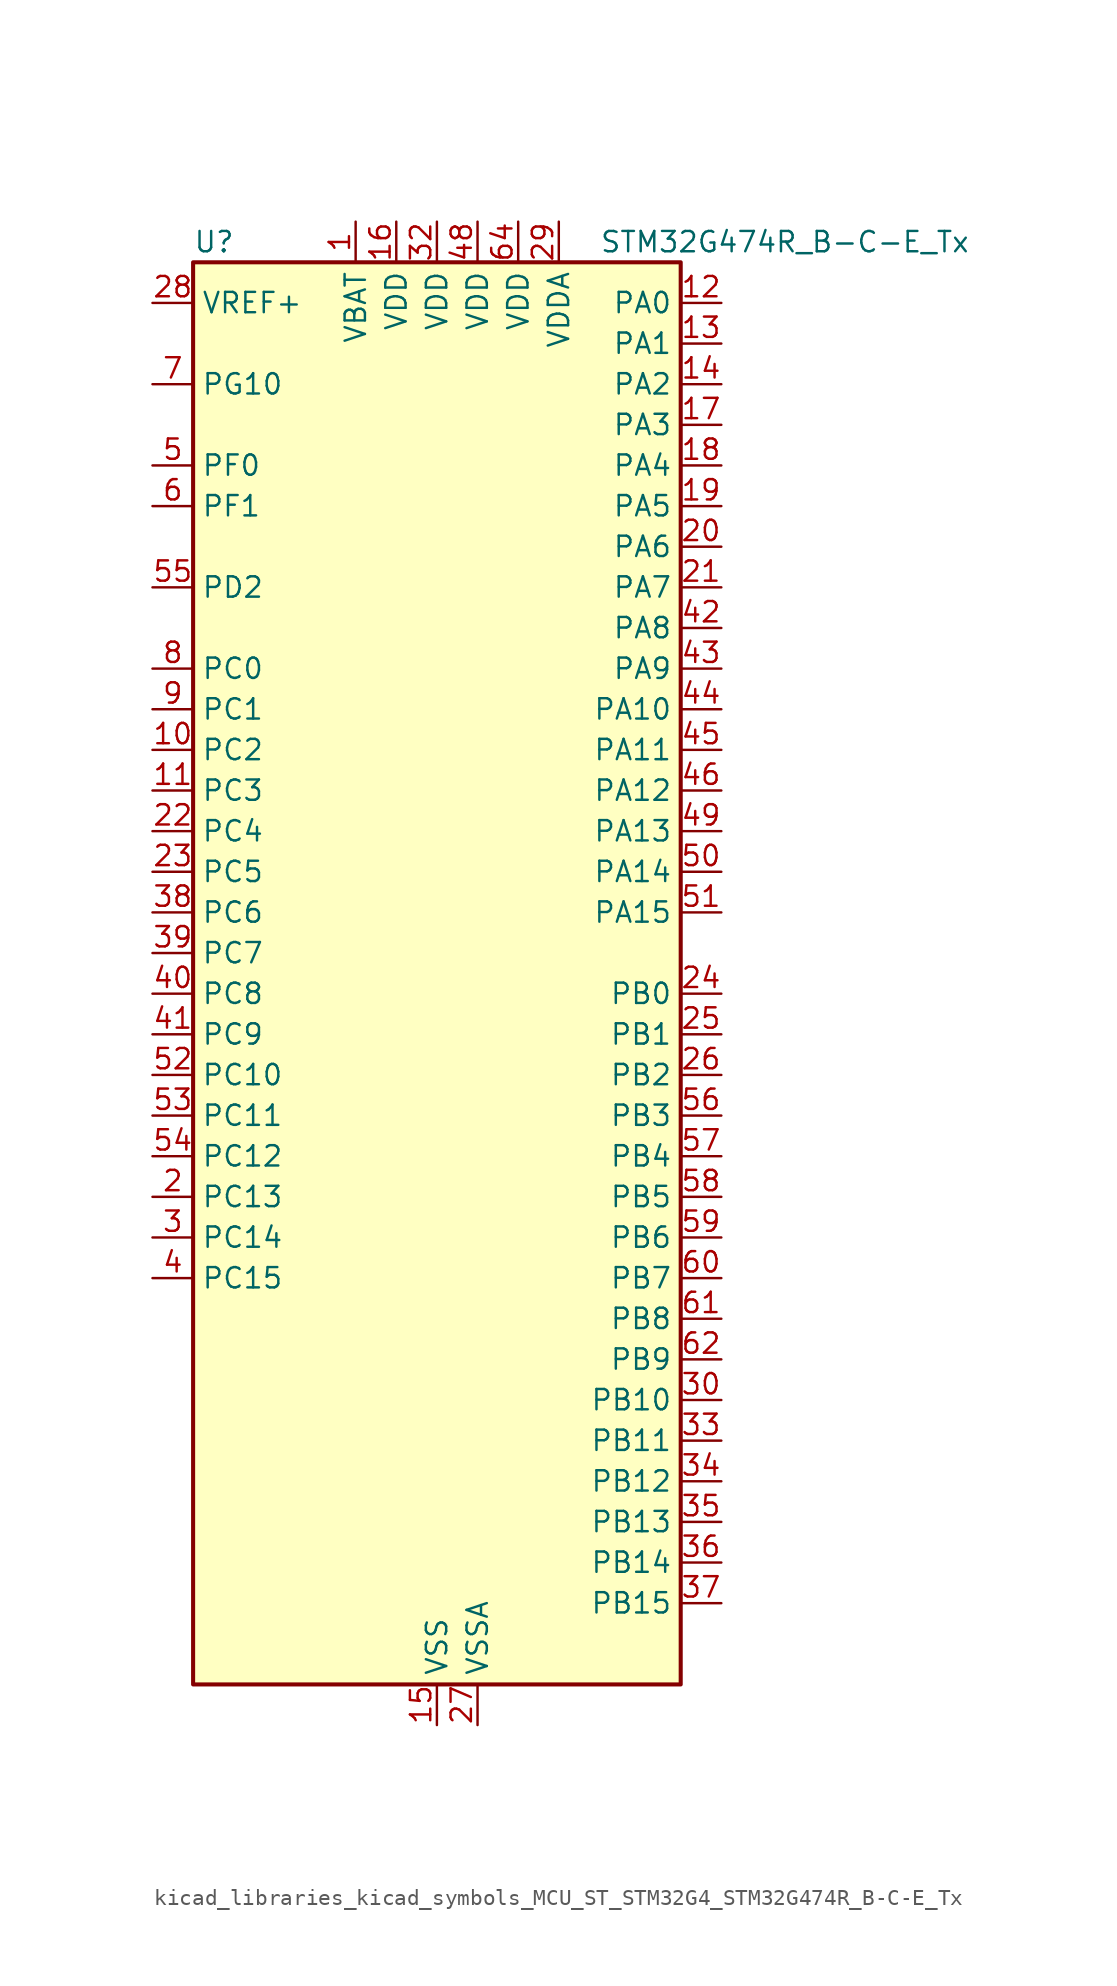
<source format=kicad_sym>
(kicad_symbol_lib
  (version 20220914)
  (generator kicad_symbol_editor)
  (symbol "kicad_libraries_kicad_symbols_MCU_ST_STM32G4_STM32G474R_B-C-E_Tx"
    (property "Reference" "U"
      (at -15.24 46.99 0)
      (effects (font (size 1.27 1.27)) (justify left)))
    (property "Value" "STM32G474R_B-C-E_Tx"
      (at 10.16 46.99 0)
      (effects (font (size 1.27 1.27)) (justify left)))
    (property "ki_locked" ""
      (at 0 0 0)
      (effects (font (size 1.27 1.27))))
    (symbol "kicad_libraries_kicad_symbols_MCU_ST_STM32G4_STM32G474R_B-C-E_Tx_0_1"
      (rectangle (start -15.24 -43.18) (end 15.24 45.72) (stroke (width 0.254) (type default)) (fill (type background))))
    (symbol "kicad_libraries_kicad_symbols_MCU_ST_STM32G4_STM32G474R_B-C-E_Tx_1_1"
      (pin power_in line (at -5.08 48.26 270) (length 2.54) (name "VBAT" (effects (font (size 1.27 1.27)))) (number "1" (effects (font (size 1.27 1.27)))))
      (pin bidirectional line (at -17.78 15.24 0) (length 2.54) (name "PC2" (effects (font (size 1.27 1.27)))) (number "10" (effects (font (size 1.27 1.27)))) (alternate "ADC1_IN8" bidirectional line) (alternate "ADC2_IN8" bidirectional line) (alternate "ADC3_EXTI2" bidirectional line) (alternate "ADC4_EXTI2" bidirectional line) (alternate "ADC5_EXTI2" bidirectional line) (alternate "COMP3_OUT" bidirectional line) (alternate "LPTIM1_IN2" bidirectional line) (alternate "QUADSPI1_BK2_IO1" bidirectional line) (alternate "TIM1_CH3" bidirectional line) (alternate "TIM20_CH2" bidirectional line))
      (pin bidirectional line (at -17.78 12.7 0) (length 2.54) (name "PC3" (effects (font (size 1.27 1.27)))) (number "11" (effects (font (size 1.27 1.27)))) (alternate "ADC1_IN9" bidirectional line) (alternate "ADC2_IN9" bidirectional line) (alternate "ADC3_EXTI3" bidirectional line) (alternate "ADC4_EXTI3" bidirectional line) (alternate "ADC5_EXTI3" bidirectional line) (alternate "LPTIM1_ETR" bidirectional line) (alternate "OPAMP5_VINP" bidirectional line) (alternate "OPAMP5_VINP_SEC" bidirectional line) (alternate "QUADSPI1_BK2_IO2" bidirectional line) (alternate "SAI1_D1" bidirectional line) (alternate "SAI1_SD_A" bidirectional line) (alternate "TIM1_BKIN2" bidirectional line) (alternate "TIM1_CH4" bidirectional line))
      (pin bidirectional line (at 17.78 43.18 180) (length 2.54) (name "PA0" (effects (font (size 1.27 1.27)))) (number "12" (effects (font (size 1.27 1.27)))) (alternate "ADC1_IN1" bidirectional line) (alternate "ADC2_IN1" bidirectional line) (alternate "COMP1_INM" bidirectional line) (alternate "COMP1_OUT" bidirectional line) (alternate "COMP3_INP" bidirectional line) (alternate "RTC_TAMP2" bidirectional line) (alternate "SYS_WKUP1" bidirectional line) (alternate "TIM2_CH1" bidirectional line) (alternate "TIM2_ETR" bidirectional line) (alternate "TIM5_CH1" bidirectional line) (alternate "TIM8_BKIN" bidirectional line) (alternate "TIM8_ETR" bidirectional line) (alternate "USART2_CTS" bidirectional line) (alternate "USART2_NSS" bidirectional line))
      (pin bidirectional line (at 17.78 40.64 180) (length 2.54) (name "PA1" (effects (font (size 1.27 1.27)))) (number "13" (effects (font (size 1.27 1.27)))) (alternate "ADC1_IN2" bidirectional line) (alternate "ADC2_IN2" bidirectional line) (alternate "COMP1_INP" bidirectional line) (alternate "OPAMP1_VINP" bidirectional line) (alternate "OPAMP1_VINP_SEC" bidirectional line) (alternate "OPAMP3_VINP" bidirectional line) (alternate "OPAMP3_VINP_SEC" bidirectional line) (alternate "OPAMP6_VINM" bidirectional line) (alternate "OPAMP6_VINM0" bidirectional line) (alternate "OPAMP6_VINM_SEC" bidirectional line) (alternate "RTC_REFIN" bidirectional line) (alternate "TIM15_CH1N" bidirectional line) (alternate "TIM2_CH2" bidirectional line) (alternate "TIM5_CH2" bidirectional line) (alternate "USART2_DE" bidirectional line) (alternate "USART2_RTS" bidirectional line))
      (pin bidirectional line (at 17.78 38.1 180) (length 2.54) (name "PA2" (effects (font (size 1.27 1.27)))) (number "14" (effects (font (size 1.27 1.27)))) (alternate "ADC1_IN3" bidirectional line) (alternate "ADC3_EXTI2" bidirectional line) (alternate "ADC4_EXTI2" bidirectional line) (alternate "ADC5_EXTI2" bidirectional line) (alternate "COMP2_INM" bidirectional line) (alternate "COMP2_OUT" bidirectional line) (alternate "LPUART1_TX" bidirectional line) (alternate "OPAMP1_VOUT" bidirectional line) (alternate "QUADSPI1_BK1_NCS" bidirectional line) (alternate "RCC_LSCO" bidirectional line) (alternate "SYS_WKUP4" bidirectional line) (alternate "TIM15_CH1" bidirectional line) (alternate "TIM2_CH3" bidirectional line) (alternate "TIM5_CH3" bidirectional line) (alternate "UCPD1_FRSTX1" bidirectional line) (alternate "UCPD1_FRSTX2" bidirectional line) (alternate "USART2_TX" bidirectional line))
      (pin power_in line (at 0 -45.72 90) (length 2.54) (name "VSS" (effects (font (size 1.27 1.27)))) (number "15" (effects (font (size 1.27 1.27)))))
      (pin power_in line (at -2.54 48.26 270) (length 2.54) (name "VDD" (effects (font (size 1.27 1.27)))) (number "16" (effects (font (size 1.27 1.27)))))
      (pin bidirectional line (at 17.78 35.56 180) (length 2.54) (name "PA3" (effects (font (size 1.27 1.27)))) (number "17" (effects (font (size 1.27 1.27)))) (alternate "ADC1_IN4" bidirectional line) (alternate "ADC3_EXTI3" bidirectional line) (alternate "ADC4_EXTI3" bidirectional line) (alternate "ADC5_EXTI3" bidirectional line) (alternate "COMP2_INP" bidirectional line) (alternate "LPUART1_RX" bidirectional line) (alternate "OPAMP1_VINM" bidirectional line) (alternate "OPAMP1_VINM0" bidirectional line) (alternate "OPAMP1_VINM_SEC" bidirectional line) (alternate "OPAMP1_VINP" bidirectional line) (alternate "OPAMP1_VINP_SEC" bidirectional line) (alternate "OPAMP5_VINM" bidirectional line) (alternate "OPAMP5_VINM1" bidirectional line) (alternate "OPAMP5_VINM_SEC" bidirectional line) (alternate "QUADSPI1_CLK" bidirectional line) (alternate "SAI1_CK1" bidirectional line) (alternate "SAI1_MCLK_A" bidirectional line) (alternate "TIM15_CH2" bidirectional line) (alternate "TIM2_CH4" bidirectional line) (alternate "TIM5_CH4" bidirectional line) (alternate "USART2_RX" bidirectional line))
      (pin bidirectional line (at 17.78 33.02 180) (length 2.54) (name "PA4" (effects (font (size 1.27 1.27)))) (number "18" (effects (font (size 1.27 1.27)))) (alternate "ADC2_IN17" bidirectional line) (alternate "COMP1_INM" bidirectional line) (alternate "DAC1_OUT1" bidirectional line) (alternate "I2S3_WS" bidirectional line) (alternate "SAI1_FS_B" bidirectional line) (alternate "SPI1_NSS" bidirectional line) (alternate "SPI3_NSS" bidirectional line) (alternate "TIM3_CH2" bidirectional line) (alternate "USART2_CK" bidirectional line))
      (pin bidirectional line (at 17.78 30.48 180) (length 2.54) (name "PA5" (effects (font (size 1.27 1.27)))) (number "19" (effects (font (size 1.27 1.27)))) (alternate "ADC2_IN13" bidirectional line) (alternate "COMP2_INM" bidirectional line) (alternate "DAC1_OUT2" bidirectional line) (alternate "OPAMP2_VINM" bidirectional line) (alternate "OPAMP2_VINM0" bidirectional line) (alternate "OPAMP2_VINM_SEC" bidirectional line) (alternate "SPI1_SCK" bidirectional line) (alternate "TIM2_CH1" bidirectional line) (alternate "TIM2_ETR" bidirectional line) (alternate "UCPD1_FRSTX1" bidirectional line) (alternate "UCPD1_FRSTX2" bidirectional line))
      (pin bidirectional line (at -17.78 -12.7 0) (length 2.54) (name "PC13" (effects (font (size 1.27 1.27)))) (number "2" (effects (font (size 1.27 1.27)))) (alternate "RTC_OUT1" bidirectional line) (alternate "RTC_TAMP1" bidirectional line) (alternate "RTC_TS" bidirectional line) (alternate "SYS_WKUP2" bidirectional line) (alternate "TIM1_BKIN" bidirectional line) (alternate "TIM1_CH1N" bidirectional line) (alternate "TIM8_CH4N" bidirectional line))
      (pin bidirectional line (at 17.78 27.94 180) (length 2.54) (name "PA6" (effects (font (size 1.27 1.27)))) (number "20" (effects (font (size 1.27 1.27)))) (alternate "ADC2_IN3" bidirectional line) (alternate "COMP1_OUT" bidirectional line) (alternate "DAC2_OUT1" bidirectional line) (alternate "LPUART1_CTS" bidirectional line) (alternate "OPAMP2_VOUT" bidirectional line) (alternate "QUADSPI1_BK1_IO3" bidirectional line) (alternate "SPI1_MISO" bidirectional line) (alternate "TIM16_CH1" bidirectional line) (alternate "TIM1_BKIN" bidirectional line) (alternate "TIM3_CH1" bidirectional line) (alternate "TIM8_BKIN" bidirectional line))
      (pin bidirectional line (at 17.78 25.4 180) (length 2.54) (name "PA7" (effects (font (size 1.27 1.27)))) (number "21" (effects (font (size 1.27 1.27)))) (alternate "ADC2_IN4" bidirectional line) (alternate "COMP2_INP" bidirectional line) (alternate "COMP2_OUT" bidirectional line) (alternate "OPAMP1_VINP" bidirectional line) (alternate "OPAMP1_VINP_SEC" bidirectional line) (alternate "OPAMP2_VINP" bidirectional line) (alternate "OPAMP2_VINP_SEC" bidirectional line) (alternate "QUADSPI1_BK1_IO2" bidirectional line) (alternate "SPI1_MOSI" bidirectional line) (alternate "TIM17_CH1" bidirectional line) (alternate "TIM1_CH1N" bidirectional line) (alternate "TIM3_CH2" bidirectional line) (alternate "TIM8_CH1N" bidirectional line) (alternate "UCPD1_FRSTX1" bidirectional line) (alternate "UCPD1_FRSTX2" bidirectional line))
      (pin bidirectional line (at -17.78 10.16 0) (length 2.54) (name "PC4" (effects (font (size 1.27 1.27)))) (number "22" (effects (font (size 1.27 1.27)))) (alternate "ADC2_IN5" bidirectional line) (alternate "I2C2_SCL" bidirectional line) (alternate "QUADSPI1_BK2_IO3" bidirectional line) (alternate "TIM1_ETR" bidirectional line) (alternate "USART1_TX" bidirectional line))
      (pin bidirectional line (at -17.78 7.62 0) (length 2.54) (name "PC5" (effects (font (size 1.27 1.27)))) (number "23" (effects (font (size 1.27 1.27)))) (alternate "ADC2_IN11" bidirectional line) (alternate "HRTIM1_EEV10" bidirectional line) (alternate "OPAMP1_VINM" bidirectional line) (alternate "OPAMP1_VINM1" bidirectional line) (alternate "OPAMP1_VINM_SEC" bidirectional line) (alternate "OPAMP2_VINM" bidirectional line) (alternate "OPAMP2_VINM1" bidirectional line) (alternate "OPAMP2_VINM_SEC" bidirectional line) (alternate "SAI1_D3" bidirectional line) (alternate "SYS_WKUP5" bidirectional line) (alternate "TIM15_BKIN" bidirectional line) (alternate "TIM1_CH4N" bidirectional line) (alternate "USART1_RX" bidirectional line))
      (pin bidirectional line (at 17.78 0 180) (length 2.54) (name "PB0" (effects (font (size 1.27 1.27)))) (number "24" (effects (font (size 1.27 1.27)))) (alternate "ADC1_IN15" bidirectional line) (alternate "ADC3_IN12" bidirectional line) (alternate "COMP4_INP" bidirectional line) (alternate "HRTIM1_FLT5" bidirectional line) (alternate "OPAMP2_VINP" bidirectional line) (alternate "OPAMP2_VINP_SEC" bidirectional line) (alternate "OPAMP3_VINP" bidirectional line) (alternate "OPAMP3_VINP_SEC" bidirectional line) (alternate "QUADSPI1_BK1_IO1" bidirectional line) (alternate "TIM1_CH2N" bidirectional line) (alternate "TIM3_CH3" bidirectional line) (alternate "TIM8_CH2N" bidirectional line) (alternate "UCPD1_FRSTX1" bidirectional line) (alternate "UCPD1_FRSTX2" bidirectional line))
      (pin bidirectional line (at 17.78 -2.54 180) (length 2.54) (name "PB1" (effects (font (size 1.27 1.27)))) (number "25" (effects (font (size 1.27 1.27)))) (alternate "ADC1_IN12" bidirectional line) (alternate "ADC3_IN1" bidirectional line) (alternate "COMP1_INP" bidirectional line) (alternate "COMP4_OUT" bidirectional line) (alternate "HRTIM1_SCOUT" bidirectional line) (alternate "LPUART1_DE" bidirectional line) (alternate "LPUART1_RTS" bidirectional line) (alternate "OPAMP3_VOUT" bidirectional line) (alternate "OPAMP6_VINM" bidirectional line) (alternate "OPAMP6_VINM1" bidirectional line) (alternate "OPAMP6_VINM_SEC" bidirectional line) (alternate "QUADSPI1_BK1_IO0" bidirectional line) (alternate "TIM1_CH3N" bidirectional line) (alternate "TIM3_CH4" bidirectional line) (alternate "TIM8_CH3N" bidirectional line))
      (pin bidirectional line (at 17.78 -5.08 180) (length 2.54) (name "PB2" (effects (font (size 1.27 1.27)))) (number "26" (effects (font (size 1.27 1.27)))) (alternate "ADC2_IN12" bidirectional line) (alternate "ADC3_EXTI2" bidirectional line) (alternate "ADC4_EXTI2" bidirectional line) (alternate "ADC5_EXTI2" bidirectional line) (alternate "COMP4_INM" bidirectional line) (alternate "HRTIM1_SCIN" bidirectional line) (alternate "I2C3_SMBA" bidirectional line) (alternate "LPTIM1_OUT" bidirectional line) (alternate "OPAMP3_VINM" bidirectional line) (alternate "OPAMP3_VINM0" bidirectional line) (alternate "OPAMP3_VINM_SEC" bidirectional line) (alternate "QUADSPI1_BK2_IO1" bidirectional line) (alternate "RTC_OUT2" bidirectional line) (alternate "TIM20_CH1" bidirectional line) (alternate "TIM5_CH1" bidirectional line))
      (pin power_in line (at 2.54 -45.72 90) (length 2.54) (name "VSSA" (effects (font (size 1.27 1.27)))) (number "27" (effects (font (size 1.27 1.27)))))
      (pin input line (at -17.78 43.18 0) (length 2.54) (name "VREF+" (effects (font (size 1.27 1.27)))) (number "28" (effects (font (size 1.27 1.27)))) (alternate "VREFBUF_OUT" bidirectional line))
      (pin power_in line (at 7.62 48.26 270) (length 2.54) (name "VDDA" (effects (font (size 1.27 1.27)))) (number "29" (effects (font (size 1.27 1.27)))))
      (pin bidirectional line (at -17.78 -15.24 0) (length 2.54) (name "PC14" (effects (font (size 1.27 1.27)))) (number "3" (effects (font (size 1.27 1.27)))) (alternate "RCC_OSC32_IN" bidirectional line))
      (pin bidirectional line (at 17.78 -25.4 180) (length 2.54) (name "PB10" (effects (font (size 1.27 1.27)))) (number "30" (effects (font (size 1.27 1.27)))) (alternate "COMP5_INM" bidirectional line) (alternate "DAC1_EXTI10" bidirectional line) (alternate "DAC2_EXTI10" bidirectional line) (alternate "DAC3_EXTI10" bidirectional line) (alternate "DAC4_EXTI10" bidirectional line) (alternate "HRTIM1_FLT3" bidirectional line) (alternate "LPUART1_RX" bidirectional line) (alternate "OPAMP3_VINM" bidirectional line) (alternate "OPAMP3_VINM1" bidirectional line) (alternate "OPAMP3_VINM_SEC" bidirectional line) (alternate "OPAMP4_VINM" bidirectional line) (alternate "OPAMP4_VINM0" bidirectional line) (alternate "OPAMP4_VINM_SEC" bidirectional line) (alternate "QUADSPI1_CLK" bidirectional line) (alternate "SAI1_SCK_A" bidirectional line) (alternate "TIM1_BKIN" bidirectional line) (alternate "TIM2_CH3" bidirectional line) (alternate "USART3_TX" bidirectional line))
      (pin passive line (at 0 -45.72 90) (length 2.54) hide (name "VSS" (effects (font (size 1.27 1.27)))) (number "31" (effects (font (size 1.27 1.27)))))
      (pin power_in line (at 0 48.26 270) (length 2.54) (name "VDD" (effects (font (size 1.27 1.27)))) (number "32" (effects (font (size 1.27 1.27)))))
      (pin bidirectional line (at 17.78 -27.94 180) (length 2.54) (name "PB11" (effects (font (size 1.27 1.27)))) (number "33" (effects (font (size 1.27 1.27)))) (alternate "ADC1_EXTI11" bidirectional line) (alternate "ADC1_IN14" bidirectional line) (alternate "ADC2_EXTI11" bidirectional line) (alternate "ADC2_IN14" bidirectional line) (alternate "COMP6_INP" bidirectional line) (alternate "HRTIM1_FLT4" bidirectional line) (alternate "LPUART1_TX" bidirectional line) (alternate "OPAMP4_VINP" bidirectional line) (alternate "OPAMP4_VINP_SEC" bidirectional line) (alternate "OPAMP6_VOUT" bidirectional line) (alternate "QUADSPI1_BK1_NCS" bidirectional line) (alternate "TIM2_CH4" bidirectional line) (alternate "USART3_RX" bidirectional line))
      (pin bidirectional line (at 17.78 -30.48 180) (length 2.54) (name "PB12" (effects (font (size 1.27 1.27)))) (number "34" (effects (font (size 1.27 1.27)))) (alternate "ADC1_IN11" bidirectional line) (alternate "ADC4_IN3" bidirectional line) (alternate "COMP7_INM" bidirectional line) (alternate "FDCAN2_RX" bidirectional line) (alternate "HRTIM1_CHC1" bidirectional line) (alternate "I2C2_SMBA" bidirectional line) (alternate "I2S2_WS" bidirectional line) (alternate "LPUART1_DE" bidirectional line) (alternate "LPUART1_RTS" bidirectional line) (alternate "OPAMP4_VOUT" bidirectional line) (alternate "OPAMP6_VINP" bidirectional line) (alternate "OPAMP6_VINP_SEC" bidirectional line) (alternate "SPI2_NSS" bidirectional line) (alternate "TIM1_BKIN" bidirectional line) (alternate "TIM5_ETR" bidirectional line) (alternate "USART3_CK" bidirectional line))
      (pin bidirectional line (at 17.78 -33.02 180) (length 2.54) (name "PB13" (effects (font (size 1.27 1.27)))) (number "35" (effects (font (size 1.27 1.27)))) (alternate "ADC3_IN5" bidirectional line) (alternate "COMP5_INP" bidirectional line) (alternate "FDCAN2_TX" bidirectional line) (alternate "HRTIM1_CHC2" bidirectional line) (alternate "I2S2_CK" bidirectional line) (alternate "LPUART1_CTS" bidirectional line) (alternate "OPAMP3_VINP" bidirectional line) (alternate "OPAMP3_VINP_SEC" bidirectional line) (alternate "OPAMP4_VINP" bidirectional line) (alternate "OPAMP4_VINP_SEC" bidirectional line) (alternate "OPAMP6_VINP" bidirectional line) (alternate "OPAMP6_VINP_SEC" bidirectional line) (alternate "SPI2_SCK" bidirectional line) (alternate "TIM1_CH1N" bidirectional line) (alternate "USART3_CTS" bidirectional line) (alternate "USART3_NSS" bidirectional line))
      (pin bidirectional line (at 17.78 -35.56 180) (length 2.54) (name "PB14" (effects (font (size 1.27 1.27)))) (number "36" (effects (font (size 1.27 1.27)))) (alternate "ADC1_IN5" bidirectional line) (alternate "ADC4_IN4" bidirectional line) (alternate "COMP4_OUT" bidirectional line) (alternate "COMP7_INP" bidirectional line) (alternate "HRTIM1_CHD1" bidirectional line) (alternate "OPAMP2_VINP" bidirectional line) (alternate "OPAMP2_VINP_SEC" bidirectional line) (alternate "OPAMP5_VINP" bidirectional line) (alternate "OPAMP5_VINP_SEC" bidirectional line) (alternate "SPI2_MISO" bidirectional line) (alternate "TIM15_CH1" bidirectional line) (alternate "TIM1_CH2N" bidirectional line) (alternate "USART3_DE" bidirectional line) (alternate "USART3_RTS" bidirectional line))
      (pin bidirectional line (at 17.78 -38.1 180) (length 2.54) (name "PB15" (effects (font (size 1.27 1.27)))) (number "37" (effects (font (size 1.27 1.27)))) (alternate "ADC1_EXTI15" bidirectional line) (alternate "ADC2_EXTI15" bidirectional line) (alternate "ADC2_IN15" bidirectional line) (alternate "ADC4_IN5" bidirectional line) (alternate "COMP3_OUT" bidirectional line) (alternate "COMP6_INM" bidirectional line) (alternate "HRTIM1_CHD2" bidirectional line) (alternate "I2S2_SD" bidirectional line) (alternate "OPAMP5_VINM" bidirectional line) (alternate "OPAMP5_VINM0" bidirectional line) (alternate "OPAMP5_VINM_SEC" bidirectional line) (alternate "RTC_REFIN" bidirectional line) (alternate "SPI2_MOSI" bidirectional line) (alternate "TIM15_CH1N" bidirectional line) (alternate "TIM15_CH2" bidirectional line) (alternate "TIM1_CH3N" bidirectional line))
      (pin bidirectional line (at -17.78 5.08 0) (length 2.54) (name "PC6" (effects (font (size 1.27 1.27)))) (number "38" (effects (font (size 1.27 1.27)))) (alternate "COMP6_OUT" bidirectional line) (alternate "HRTIM1_CHF1" bidirectional line) (alternate "HRTIM1_EEV10" bidirectional line) (alternate "I2C4_SCL" bidirectional line) (alternate "I2S2_MCK" bidirectional line) (alternate "TIM3_CH1" bidirectional line) (alternate "TIM8_CH1" bidirectional line))
      (pin bidirectional line (at -17.78 2.54 0) (length 2.54) (name "PC7" (effects (font (size 1.27 1.27)))) (number "39" (effects (font (size 1.27 1.27)))) (alternate "COMP5_OUT" bidirectional line) (alternate "HRTIM1_CHF2" bidirectional line) (alternate "HRTIM1_FLT5" bidirectional line) (alternate "I2C4_SDA" bidirectional line) (alternate "I2S3_MCK" bidirectional line) (alternate "TIM3_CH2" bidirectional line) (alternate "TIM8_CH2" bidirectional line))
      (pin bidirectional line (at -17.78 -17.78 0) (length 2.54) (name "PC15" (effects (font (size 1.27 1.27)))) (number "4" (effects (font (size 1.27 1.27)))) (alternate "ADC1_EXTI15" bidirectional line) (alternate "ADC2_EXTI15" bidirectional line) (alternate "RCC_OSC32_OUT" bidirectional line))
      (pin bidirectional line (at -17.78 0 0) (length 2.54) (name "PC8" (effects (font (size 1.27 1.27)))) (number "40" (effects (font (size 1.27 1.27)))) (alternate "COMP7_OUT" bidirectional line) (alternate "HRTIM1_CHE1" bidirectional line) (alternate "I2C3_SCL" bidirectional line) (alternate "TIM20_CH3" bidirectional line) (alternate "TIM3_CH3" bidirectional line) (alternate "TIM8_CH3" bidirectional line))
      (pin bidirectional line (at -17.78 -2.54 0) (length 2.54) (name "PC9" (effects (font (size 1.27 1.27)))) (number "41" (effects (font (size 1.27 1.27)))) (alternate "DAC1_EXTI9" bidirectional line) (alternate "DAC2_EXTI9" bidirectional line) (alternate "DAC3_EXTI9" bidirectional line) (alternate "DAC4_EXTI9" bidirectional line) (alternate "HRTIM1_CHE2" bidirectional line) (alternate "I2C3_SDA" bidirectional line) (alternate "I2S_CKIN" bidirectional line) (alternate "TIM3_CH4" bidirectional line) (alternate "TIM8_BKIN2" bidirectional line) (alternate "TIM8_CH4" bidirectional line))
      (pin bidirectional line (at 17.78 22.86 180) (length 2.54) (name "PA8" (effects (font (size 1.27 1.27)))) (number "42" (effects (font (size 1.27 1.27)))) (alternate "ADC5_IN1" bidirectional line) (alternate "COMP7_OUT" bidirectional line) (alternate "FDCAN3_RX" bidirectional line) (alternate "HRTIM1_CHA1" bidirectional line) (alternate "I2C2_SDA" bidirectional line) (alternate "I2C3_SCL" bidirectional line) (alternate "I2S2_MCK" bidirectional line) (alternate "OPAMP5_VOUT" bidirectional line) (alternate "RCC_MCO" bidirectional line) (alternate "SAI1_CK2" bidirectional line) (alternate "SAI1_SCK_A" bidirectional line) (alternate "TIM1_CH1" bidirectional line) (alternate "TIM4_ETR" bidirectional line) (alternate "USART1_CK" bidirectional line))
      (pin bidirectional line (at 17.78 20.32 180) (length 2.54) (name "PA9" (effects (font (size 1.27 1.27)))) (number "43" (effects (font (size 1.27 1.27)))) (alternate "ADC5_IN2" bidirectional line) (alternate "COMP5_OUT" bidirectional line) (alternate "DAC1_EXTI9" bidirectional line) (alternate "DAC2_EXTI9" bidirectional line) (alternate "DAC3_EXTI9" bidirectional line) (alternate "DAC4_EXTI9" bidirectional line) (alternate "HRTIM1_CHA2" bidirectional line) (alternate "I2C2_SCL" bidirectional line) (alternate "I2C3_SMBA" bidirectional line) (alternate "I2S3_MCK" bidirectional line) (alternate "SAI1_FS_A" bidirectional line) (alternate "TIM15_BKIN" bidirectional line) (alternate "TIM1_CH2" bidirectional line) (alternate "TIM2_CH3" bidirectional line) (alternate "UCPD1_DBCC1" bidirectional line) (alternate "USART1_TX" bidirectional line))
      (pin bidirectional line (at 17.78 17.78 180) (length 2.54) (name "PA10" (effects (font (size 1.27 1.27)))) (number "44" (effects (font (size 1.27 1.27)))) (alternate "COMP6_OUT" bidirectional line) (alternate "CRS_SYNC" bidirectional line) (alternate "DAC1_EXTI10" bidirectional line) (alternate "DAC2_EXTI10" bidirectional line) (alternate "DAC3_EXTI10" bidirectional line) (alternate "DAC4_EXTI10" bidirectional line) (alternate "HRTIM1_CHB1" bidirectional line) (alternate "I2C2_SMBA" bidirectional line) (alternate "SAI1_D1" bidirectional line) (alternate "SAI1_SD_A" bidirectional line) (alternate "SPI2_MISO" bidirectional line) (alternate "TIM17_BKIN" bidirectional line) (alternate "TIM1_CH3" bidirectional line) (alternate "TIM2_CH4" bidirectional line) (alternate "TIM8_BKIN" bidirectional line) (alternate "UCPD1_DBCC2" bidirectional line) (alternate "USART1_RX" bidirectional line))
      (pin bidirectional line (at 17.78 15.24 180) (length 2.54) (name "PA11" (effects (font (size 1.27 1.27)))) (number "45" (effects (font (size 1.27 1.27)))) (alternate "ADC1_EXTI11" bidirectional line) (alternate "ADC2_EXTI11" bidirectional line) (alternate "COMP1_OUT" bidirectional line) (alternate "FDCAN1_RX" bidirectional line) (alternate "HRTIM1_CHB2" bidirectional line) (alternate "I2S2_SD" bidirectional line) (alternate "SPI2_MOSI" bidirectional line) (alternate "TIM1_BKIN2" bidirectional line) (alternate "TIM1_CH1N" bidirectional line) (alternate "TIM1_CH4" bidirectional line) (alternate "TIM4_CH1" bidirectional line) (alternate "USART1_CTS" bidirectional line) (alternate "USART1_NSS" bidirectional line) (alternate "USB_DM" bidirectional line))
      (pin bidirectional line (at 17.78 12.7 180) (length 2.54) (name "PA12" (effects (font (size 1.27 1.27)))) (number "46" (effects (font (size 1.27 1.27)))) (alternate "COMP2_OUT" bidirectional line) (alternate "FDCAN1_TX" bidirectional line) (alternate "HRTIM1_FLT1" bidirectional line) (alternate "I2S_CKIN" bidirectional line) (alternate "TIM16_CH1" bidirectional line) (alternate "TIM1_CH2N" bidirectional line) (alternate "TIM1_ETR" bidirectional line) (alternate "TIM4_CH2" bidirectional line) (alternate "USART1_DE" bidirectional line) (alternate "USART1_RTS" bidirectional line) (alternate "USB_DP" bidirectional line))
      (pin passive line (at 0 -45.72 90) (length 2.54) hide (name "VSS" (effects (font (size 1.27 1.27)))) (number "47" (effects (font (size 1.27 1.27)))))
      (pin power_in line (at 2.54 48.26 270) (length 2.54) (name "VDD" (effects (font (size 1.27 1.27)))) (number "48" (effects (font (size 1.27 1.27)))))
      (pin bidirectional line (at 17.78 10.16 180) (length 2.54) (name "PA13" (effects (font (size 1.27 1.27)))) (number "49" (effects (font (size 1.27 1.27)))) (alternate "I2C1_SCL" bidirectional line) (alternate "I2C4_SCL" bidirectional line) (alternate "IR_OUT" bidirectional line) (alternate "SAI1_SD_B" bidirectional line) (alternate "SYS_JTMS-SWDIO" bidirectional line) (alternate "TIM16_CH1N" bidirectional line) (alternate "TIM4_CH3" bidirectional line) (alternate "USART3_CTS" bidirectional line) (alternate "USART3_NSS" bidirectional line))
      (pin bidirectional line (at -17.78 33.02 0) (length 2.54) (name "PF0" (effects (font (size 1.27 1.27)))) (number "5" (effects (font (size 1.27 1.27)))) (alternate "ADC1_IN10" bidirectional line) (alternate "I2C2_SDA" bidirectional line) (alternate "I2S2_WS" bidirectional line) (alternate "RCC_OSC_IN" bidirectional line) (alternate "SPI2_NSS" bidirectional line) (alternate "TIM1_CH3N" bidirectional line))
      (pin bidirectional line (at 17.78 7.62 180) (length 2.54) (name "PA14" (effects (font (size 1.27 1.27)))) (number "50" (effects (font (size 1.27 1.27)))) (alternate "I2C1_SDA" bidirectional line) (alternate "I2C4_SMBA" bidirectional line) (alternate "LPTIM1_OUT" bidirectional line) (alternate "SAI1_FS_B" bidirectional line) (alternate "SYS_JTCK-SWCLK" bidirectional line) (alternate "TIM1_BKIN" bidirectional line) (alternate "TIM8_CH2" bidirectional line) (alternate "USART2_TX" bidirectional line))
      (pin bidirectional line (at 17.78 5.08 180) (length 2.54) (name "PA15" (effects (font (size 1.27 1.27)))) (number "51" (effects (font (size 1.27 1.27)))) (alternate "ADC1_EXTI15" bidirectional line) (alternate "ADC2_EXTI15" bidirectional line) (alternate "FDCAN3_TX" bidirectional line) (alternate "HRTIM1_FLT2" bidirectional line) (alternate "I2C1_SCL" bidirectional line) (alternate "I2S3_WS" bidirectional line) (alternate "SPI1_NSS" bidirectional line) (alternate "SPI3_NSS" bidirectional line) (alternate "SYS_JTDI" bidirectional line) (alternate "TIM1_BKIN" bidirectional line) (alternate "TIM2_CH1" bidirectional line) (alternate "TIM2_ETR" bidirectional line) (alternate "TIM8_CH1" bidirectional line) (alternate "UART4_DE" bidirectional line) (alternate "UART4_RTS" bidirectional line) (alternate "USART2_RX" bidirectional line))
      (pin bidirectional line (at -17.78 -5.08 0) (length 2.54) (name "PC10" (effects (font (size 1.27 1.27)))) (number "52" (effects (font (size 1.27 1.27)))) (alternate "DAC1_EXTI10" bidirectional line) (alternate "DAC2_EXTI10" bidirectional line) (alternate "DAC3_EXTI10" bidirectional line) (alternate "DAC4_EXTI10" bidirectional line) (alternate "HRTIM1_FLT6" bidirectional line) (alternate "I2S3_CK" bidirectional line) (alternate "SPI3_SCK" bidirectional line) (alternate "TIM8_CH1N" bidirectional line) (alternate "UART4_TX" bidirectional line) (alternate "USART3_TX" bidirectional line))
      (pin bidirectional line (at -17.78 -7.62 0) (length 2.54) (name "PC11" (effects (font (size 1.27 1.27)))) (number "53" (effects (font (size 1.27 1.27)))) (alternate "ADC1_EXTI11" bidirectional line) (alternate "ADC2_EXTI11" bidirectional line) (alternate "HRTIM1_EEV2" bidirectional line) (alternate "I2C3_SDA" bidirectional line) (alternate "SPI3_MISO" bidirectional line) (alternate "TIM8_CH2N" bidirectional line) (alternate "UART4_RX" bidirectional line) (alternate "USART3_RX" bidirectional line))
      (pin bidirectional line (at -17.78 -10.16 0) (length 2.54) (name "PC12" (effects (font (size 1.27 1.27)))) (number "54" (effects (font (size 1.27 1.27)))) (alternate "HRTIM1_EEV1" bidirectional line) (alternate "I2S3_SD" bidirectional line) (alternate "SPI3_MOSI" bidirectional line) (alternate "TIM5_CH2" bidirectional line) (alternate "TIM8_CH3N" bidirectional line) (alternate "UART5_TX" bidirectional line) (alternate "UCPD1_FRSTX1" bidirectional line) (alternate "UCPD1_FRSTX2" bidirectional line) (alternate "USART3_CK" bidirectional line))
      (pin bidirectional line (at -17.78 25.4 0) (length 2.54) (name "PD2" (effects (font (size 1.27 1.27)))) (number "55" (effects (font (size 1.27 1.27)))) (alternate "ADC3_EXTI2" bidirectional line) (alternate "ADC4_EXTI2" bidirectional line) (alternate "ADC5_EXTI2" bidirectional line) (alternate "TIM3_ETR" bidirectional line) (alternate "TIM8_BKIN" bidirectional line) (alternate "UART5_RX" bidirectional line))
      (pin bidirectional line (at 17.78 -7.62 180) (length 2.54) (name "PB3" (effects (font (size 1.27 1.27)))) (number "56" (effects (font (size 1.27 1.27)))) (alternate "ADC3_EXTI3" bidirectional line) (alternate "ADC4_EXTI3" bidirectional line) (alternate "ADC5_EXTI3" bidirectional line) (alternate "CRS_SYNC" bidirectional line) (alternate "FDCAN3_RX" bidirectional line) (alternate "HRTIM1_EEV9" bidirectional line) (alternate "HRTIM1_SCOUT" bidirectional line) (alternate "I2S3_CK" bidirectional line) (alternate "SAI1_SCK_B" bidirectional line) (alternate "SPI1_SCK" bidirectional line) (alternate "SPI3_SCK" bidirectional line) (alternate "SYS_JTDO-SWO" bidirectional line) (alternate "TIM2_CH2" bidirectional line) (alternate "TIM3_ETR" bidirectional line) (alternate "TIM4_ETR" bidirectional line) (alternate "TIM8_CH1N" bidirectional line) (alternate "USART2_TX" bidirectional line))
      (pin bidirectional line (at 17.78 -10.16 180) (length 2.54) (name "PB4" (effects (font (size 1.27 1.27)))) (number "57" (effects (font (size 1.27 1.27)))) (alternate "FDCAN3_TX" bidirectional line) (alternate "HRTIM1_EEV7" bidirectional line) (alternate "SAI1_MCLK_B" bidirectional line) (alternate "SPI1_MISO" bidirectional line) (alternate "SPI3_MISO" bidirectional line) (alternate "SYS_JTRST" bidirectional line) (alternate "TIM16_CH1" bidirectional line) (alternate "TIM17_BKIN" bidirectional line) (alternate "TIM3_CH1" bidirectional line) (alternate "TIM8_CH2N" bidirectional line) (alternate "UART5_DE" bidirectional line) (alternate "UART5_RTS" bidirectional line) (alternate "UCPD1_CC2" bidirectional line) (alternate "USART2_RX" bidirectional line))
      (pin bidirectional line (at 17.78 -12.7 180) (length 2.54) (name "PB5" (effects (font (size 1.27 1.27)))) (number "58" (effects (font (size 1.27 1.27)))) (alternate "FDCAN2_RX" bidirectional line) (alternate "HRTIM1_EEV6" bidirectional line) (alternate "I2C1_SMBA" bidirectional line) (alternate "I2C3_SDA" bidirectional line) (alternate "I2S3_SD" bidirectional line) (alternate "LPTIM1_IN1" bidirectional line) (alternate "SAI1_SD_B" bidirectional line) (alternate "SPI1_MOSI" bidirectional line) (alternate "SPI3_MOSI" bidirectional line) (alternate "TIM16_BKIN" bidirectional line) (alternate "TIM17_CH1" bidirectional line) (alternate "TIM3_CH2" bidirectional line) (alternate "TIM8_CH3N" bidirectional line) (alternate "UART5_CTS" bidirectional line) (alternate "USART2_CK" bidirectional line))
      (pin bidirectional line (at 17.78 -15.24 180) (length 2.54) (name "PB6" (effects (font (size 1.27 1.27)))) (number "59" (effects (font (size 1.27 1.27)))) (alternate "COMP4_OUT" bidirectional line) (alternate "FDCAN2_TX" bidirectional line) (alternate "HRTIM1_EEV4" bidirectional line) (alternate "HRTIM1_SCIN" bidirectional line) (alternate "LPTIM1_ETR" bidirectional line) (alternate "SAI1_FS_B" bidirectional line) (alternate "TIM16_CH1N" bidirectional line) (alternate "TIM4_CH1" bidirectional line) (alternate "TIM8_BKIN2" bidirectional line) (alternate "TIM8_CH1" bidirectional line) (alternate "TIM8_ETR" bidirectional line) (alternate "UCPD1_CC1" bidirectional line) (alternate "USART1_TX" bidirectional line))
      (pin bidirectional line (at -17.78 30.48 0) (length 2.54) (name "PF1" (effects (font (size 1.27 1.27)))) (number "6" (effects (font (size 1.27 1.27)))) (alternate "ADC2_IN10" bidirectional line) (alternate "COMP3_INM" bidirectional line) (alternate "I2S2_CK" bidirectional line) (alternate "RCC_OSC_OUT" bidirectional line) (alternate "SPI2_SCK" bidirectional line))
      (pin bidirectional line (at 17.78 -17.78 180) (length 2.54) (name "PB7" (effects (font (size 1.27 1.27)))) (number "60" (effects (font (size 1.27 1.27)))) (alternate "COMP3_OUT" bidirectional line) (alternate "HRTIM1_EEV3" bidirectional line) (alternate "I2C1_SDA" bidirectional line) (alternate "I2C4_SDA" bidirectional line) (alternate "LPTIM1_IN2" bidirectional line) (alternate "SYS_PVD_IN" bidirectional line) (alternate "TIM17_CH1N" bidirectional line) (alternate "TIM3_CH4" bidirectional line) (alternate "TIM4_CH2" bidirectional line) (alternate "TIM8_BKIN" bidirectional line) (alternate "UART4_CTS" bidirectional line) (alternate "USART1_RX" bidirectional line))
      (pin bidirectional line (at 17.78 -20.32 180) (length 2.54) (name "PB8" (effects (font (size 1.27 1.27)))) (number "61" (effects (font (size 1.27 1.27)))) (alternate "COMP1_OUT" bidirectional line) (alternate "FDCAN1_RX" bidirectional line) (alternate "HRTIM1_EEV8" bidirectional line) (alternate "I2C1_SCL" bidirectional line) (alternate "SAI1_CK1" bidirectional line) (alternate "SAI1_MCLK_A" bidirectional line) (alternate "TIM16_CH1" bidirectional line) (alternate "TIM1_BKIN" bidirectional line) (alternate "TIM4_CH3" bidirectional line) (alternate "TIM8_CH2" bidirectional line) (alternate "USART3_RX" bidirectional line))
      (pin bidirectional line (at 17.78 -22.86 180) (length 2.54) (name "PB9" (effects (font (size 1.27 1.27)))) (number "62" (effects (font (size 1.27 1.27)))) (alternate "COMP2_OUT" bidirectional line) (alternate "DAC1_EXTI9" bidirectional line) (alternate "DAC2_EXTI9" bidirectional line) (alternate "DAC3_EXTI9" bidirectional line) (alternate "DAC4_EXTI9" bidirectional line) (alternate "FDCAN1_TX" bidirectional line) (alternate "HRTIM1_EEV5" bidirectional line) (alternate "I2C1_SDA" bidirectional line) (alternate "IR_OUT" bidirectional line) (alternate "SAI1_D2" bidirectional line) (alternate "SAI1_FS_A" bidirectional line) (alternate "TIM17_CH1" bidirectional line) (alternate "TIM1_CH3N" bidirectional line) (alternate "TIM4_CH4" bidirectional line) (alternate "TIM8_CH3" bidirectional line) (alternate "USART3_TX" bidirectional line))
      (pin passive line (at 0 -45.72 90) (length 2.54) hide (name "VSS" (effects (font (size 1.27 1.27)))) (number "63" (effects (font (size 1.27 1.27)))))
      (pin power_in line (at 5.08 48.26 270) (length 2.54) (name "VDD" (effects (font (size 1.27 1.27)))) (number "64" (effects (font (size 1.27 1.27)))))
      (pin bidirectional line (at -17.78 38.1 0) (length 2.54) (name "PG10" (effects (font (size 1.27 1.27)))) (number "7" (effects (font (size 1.27 1.27)))) (alternate "DAC1_EXTI10" bidirectional line) (alternate "DAC2_EXTI10" bidirectional line) (alternate "DAC3_EXTI10" bidirectional line) (alternate "DAC4_EXTI10" bidirectional line) (alternate "RCC_MCO" bidirectional line))
      (pin bidirectional line (at -17.78 20.32 0) (length 2.54) (name "PC0" (effects (font (size 1.27 1.27)))) (number "8" (effects (font (size 1.27 1.27)))) (alternate "ADC1_IN6" bidirectional line) (alternate "ADC2_IN6" bidirectional line) (alternate "COMP3_INM" bidirectional line) (alternate "LPTIM1_IN1" bidirectional line) (alternate "LPUART1_RX" bidirectional line) (alternate "TIM1_CH1" bidirectional line))
      (pin bidirectional line (at -17.78 17.78 0) (length 2.54) (name "PC1" (effects (font (size 1.27 1.27)))) (number "9" (effects (font (size 1.27 1.27)))) (alternate "ADC1_IN7" bidirectional line) (alternate "ADC2_IN7" bidirectional line) (alternate "COMP3_INP" bidirectional line) (alternate "LPTIM1_OUT" bidirectional line) (alternate "LPUART1_TX" bidirectional line) (alternate "QUADSPI1_BK2_IO0" bidirectional line) (alternate "SAI1_SD_A" bidirectional line) (alternate "TIM1_CH2" bidirectional line)))))
</source>
